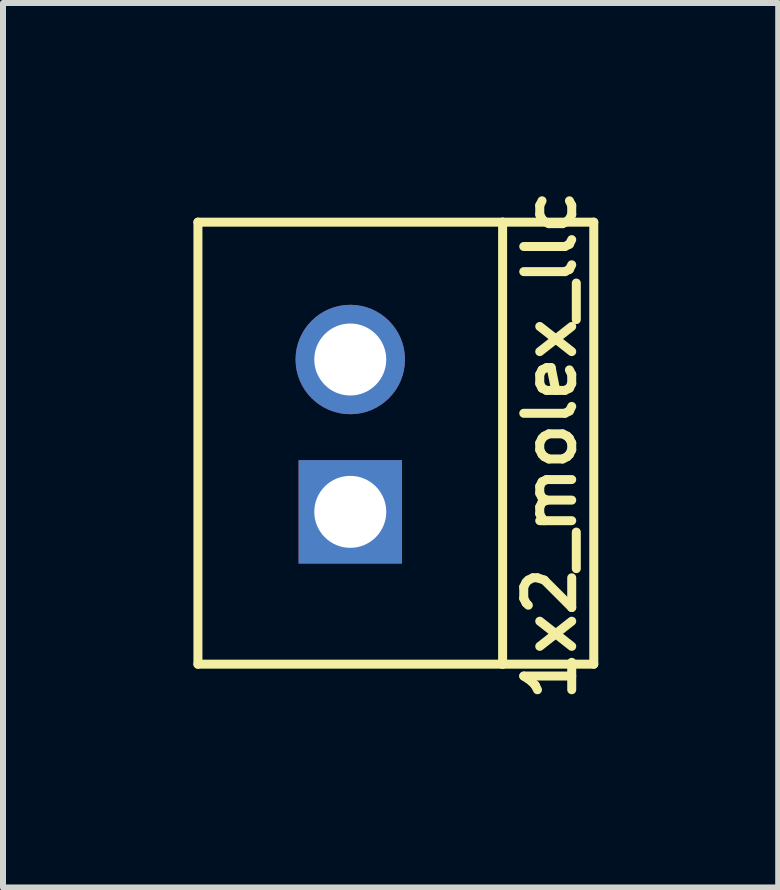
<source format=kicad_pcb>
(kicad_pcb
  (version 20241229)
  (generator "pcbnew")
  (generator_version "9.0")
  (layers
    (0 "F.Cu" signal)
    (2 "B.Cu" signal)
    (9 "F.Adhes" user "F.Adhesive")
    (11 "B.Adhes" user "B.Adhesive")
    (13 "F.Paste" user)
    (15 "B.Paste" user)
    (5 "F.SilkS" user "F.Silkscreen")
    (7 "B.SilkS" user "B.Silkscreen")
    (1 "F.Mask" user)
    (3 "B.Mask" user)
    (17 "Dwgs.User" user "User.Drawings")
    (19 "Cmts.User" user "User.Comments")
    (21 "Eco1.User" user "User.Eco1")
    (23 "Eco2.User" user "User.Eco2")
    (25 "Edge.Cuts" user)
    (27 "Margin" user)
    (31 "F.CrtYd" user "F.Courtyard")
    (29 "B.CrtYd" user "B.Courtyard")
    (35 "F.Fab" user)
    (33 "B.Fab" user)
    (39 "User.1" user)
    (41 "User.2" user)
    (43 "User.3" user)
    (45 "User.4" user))
  (footprint "1x2_molex_llc"
    (layer "F.Cu")
    (at 0.25 8.024)
    (property "Reference" "1x2_molex_llc" (at 5.87 -3.65 90) (layer "F.SilkS") (effects (font (size 0.8 0.8) (thickness 0.15))))
    (attr through_hole)
    (fp_line (start 0 -7.37) (end 5.08 -7.37) (stroke (width 0.15) (type solid)) (layer "F.SilkS"))
    (fp_line (start 0 0) (end 0 -7.37) (stroke (width 0.15) (type solid)) (layer "F.SilkS"))
    (fp_line (start 0 0) (end 5.08 0) (stroke (width 0.15) (type solid)) (layer "F.SilkS"))
    (fp_line (start 5.08 -7.37) (end 5.08 0) (stroke (width 0.15) (type solid)) (layer "F.SilkS"))
    (fp_line (start 5.08 -7.37) (end 6.6 -7.37) (stroke (width 0.15) (type solid)) (layer "F.SilkS"))
    (fp_line (start 5.08 0) (end 6.6 0) (stroke (width 0.15) (type solid)) (layer "F.SilkS"))
    (fp_line (start 6.6 0) (end 6.6 -7.37) (stroke (width 0.15) (type solid)) (layer "F.SilkS"))
    (pad "1" thru_hole rect (at 2.54 -2.54) (size 1.724 1.724) (drill 1.2) (layers "*.Cu" "*.Mask"))
    (pad "2" thru_hole circle (at 2.54 -5.08) (size 1.824 1.824) (drill 1.2) (layers "*.Cu" "*.Mask")))
  (gr_rect
    (start -3 -3)
    (end 9.925 11.747)
    (stroke (width 0.1) (type default))
    (fill no)
    (layer "Edge.Cuts")))
</source>
